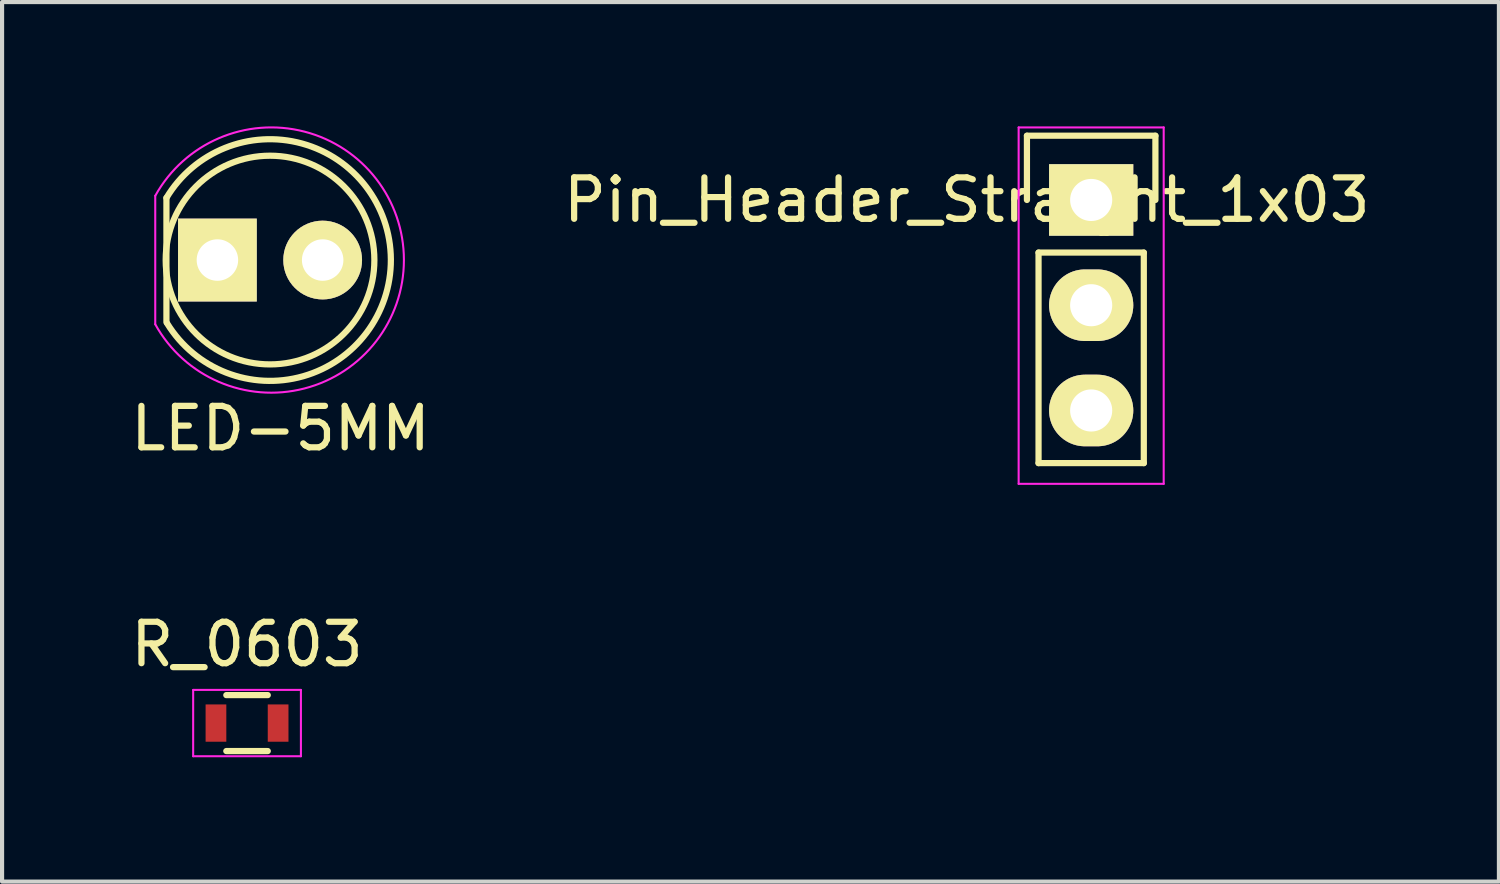
<source format=kicad_pcb>
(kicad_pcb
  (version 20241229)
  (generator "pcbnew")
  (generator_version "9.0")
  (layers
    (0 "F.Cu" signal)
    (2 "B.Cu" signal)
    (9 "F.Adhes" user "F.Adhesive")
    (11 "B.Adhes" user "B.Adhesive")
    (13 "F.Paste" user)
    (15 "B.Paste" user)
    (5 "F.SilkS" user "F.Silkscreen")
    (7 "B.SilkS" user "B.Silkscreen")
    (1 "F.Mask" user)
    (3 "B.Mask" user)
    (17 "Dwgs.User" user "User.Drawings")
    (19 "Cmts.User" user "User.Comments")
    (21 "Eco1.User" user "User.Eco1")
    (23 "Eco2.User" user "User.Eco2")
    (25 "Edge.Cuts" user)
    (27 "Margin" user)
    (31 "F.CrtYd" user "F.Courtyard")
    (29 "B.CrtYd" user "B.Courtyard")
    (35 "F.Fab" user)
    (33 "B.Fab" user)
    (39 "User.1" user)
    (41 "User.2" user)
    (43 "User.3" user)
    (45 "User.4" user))
  (footprint "Pin_Header_Straight_1x03"
    (layer "F.Cu")
    (at 23.28 1.775)
    (property "Reference" "Pin_Header_Straight_1x03" (at -3 0 0) (layer "F.SilkS") (effects (font (size 1 1) (thickness 0.15))))
    (attr through_hole)
    (fp_line (start -1.55 -1.55) (end 1.55 -1.55) (stroke (width 0.15) (type solid)) (layer "F.SilkS"))
    (fp_line (start -1.55 0) (end -1.55 -1.55) (stroke (width 0.15) (type solid)) (layer "F.SilkS"))
    (fp_line (start -1.27 1.27) (end -1.27 6.35) (stroke (width 0.15) (type solid)) (layer "F.SilkS"))
    (fp_line (start -1.27 6.35) (end 1.27 6.35) (stroke (width 0.15) (type solid)) (layer "F.SilkS"))
    (fp_line (start 1.27 1.27) (end -1.27 1.27) (stroke (width 0.15) (type solid)) (layer "F.SilkS"))
    (fp_line (start 1.27 6.35) (end 1.27 1.27) (stroke (width 0.15) (type solid)) (layer "F.SilkS"))
    (fp_line (start 1.55 -1.55) (end 1.55 0) (stroke (width 0.15) (type solid)) (layer "F.SilkS"))
    (fp_line (start -1.75 -1.75) (end -1.75 6.85) (stroke (width 0.05) (type solid)) (layer "F.CrtYd"))
    (fp_line (start -1.75 -1.75) (end 1.75 -1.75) (stroke (width 0.05) (type solid)) (layer "F.CrtYd"))
    (fp_line (start -1.75 6.85) (end 1.75 6.85) (stroke (width 0.05) (type solid)) (layer "F.CrtYd"))
    (fp_line (start 1.75 -1.75) (end 1.75 6.85) (stroke (width 0.05) (type solid)) (layer "F.CrtYd"))
    (pad "1" thru_hole rect (at 0 0) (size 2.032 1.727) (drill 1.016) (layers "*.Cu" "*.Mask" "F.SilkS"))
    (pad "2" thru_hole oval (at 0 2.54) (size 2.032 1.727) (drill 1.016) (layers "*.Cu" "*.Mask" "F.SilkS"))
    (pad "3" thru_hole oval (at 0 5.08) (size 2.032 1.727) (drill 1.016) (layers "*.Cu" "*.Mask" "F.SilkS")))
  (footprint "LED-5MM"
    (layer "F.Cu")
    (at 2.196 3.225)
    (property "Reference" "LED-5MM" (at 1.524 4.064 0) (layer "F.SilkS") (effects (font (size 1 1) (thickness 0.15))))
    (attr through_hole)
    (fp_line (start -1.23 1.5) (end -1.23 -1.5) (stroke (width 0.15) (type solid)) (layer "F.SilkS"))
    (fp_arc (start -1.23 -1.5) (mid 4.18544 -0.014565) (end -1.214888 1.524904) (stroke (width 0.15) (type solid)) (layer "F.SilkS"))
    (fp_circle (center 1.27 0) (end 0.97 -2.5) (stroke (width 0.15) (type solid)) (fill no) (layer "F.SilkS"))
    (fp_line (start -1.5 -1.55) (end -1.5 1.55) (stroke (width 0.05) (type solid)) (layer "F.CrtYd"))
    (fp_arc (start -1.498248 -1.55316) (mid 4.50039 0.001807) (end -1.5 1.55) (stroke (width 0.05) (type solid)) (layer "F.CrtYd"))
    (pad "1" thru_hole rect (at 0 0 90) (size 2 1.9) (drill 1.001) (layers "*.Cu" "*.Mask" "F.SilkS"))
    (pad "2" thru_hole circle (at 2.54 0) (size 1.9 1.9) (drill 1.001) (layers "*.Cu" "*.Mask" "F.SilkS")))
  (footprint "R_0603"
    (layer "F.Cu")
    (at 2.911 14.398)
    (property "Reference" "R_0603" (at 0 -1.9 0) (layer "F.SilkS") (effects (font (size 1 1) (thickness 0.15))))
    (attr smd)
    (fp_line (start -0.5 -0.675) (end 0.5 -0.675) (stroke (width 0.15) (type solid)) (layer "F.SilkS"))
    (fp_line (start 0.5 0.675) (end -0.5 0.675) (stroke (width 0.15) (type solid)) (layer "F.SilkS"))
    (fp_line (start -1.3 -0.8) (end -1.3 0.8) (stroke (width 0.05) (type solid)) (layer "F.CrtYd"))
    (fp_line (start -1.3 -0.8) (end 1.3 -0.8) (stroke (width 0.05) (type solid)) (layer "F.CrtYd"))
    (fp_line (start -1.3 0.8) (end 1.3 0.8) (stroke (width 0.05) (type solid)) (layer "F.CrtYd"))
    (fp_line (start 1.3 -0.8) (end 1.3 0.8) (stroke (width 0.05) (type solid)) (layer "F.CrtYd"))
    (pad "1" smd rect (at -0.75 0) (size 0.5 0.9) (layers "F.Cu" "F.Mask" "F.Paste"))
    (pad "2" smd rect (at 0.75 0) (size 0.5 0.9) (layers "F.Cu" "F.Mask" "F.Paste")))
  (gr_rect
    (start -3 -3)
    (end 33.119 18.223)
    (stroke (width 0.1) (type default))
    (fill no)
    (layer "Edge.Cuts")))
</source>
